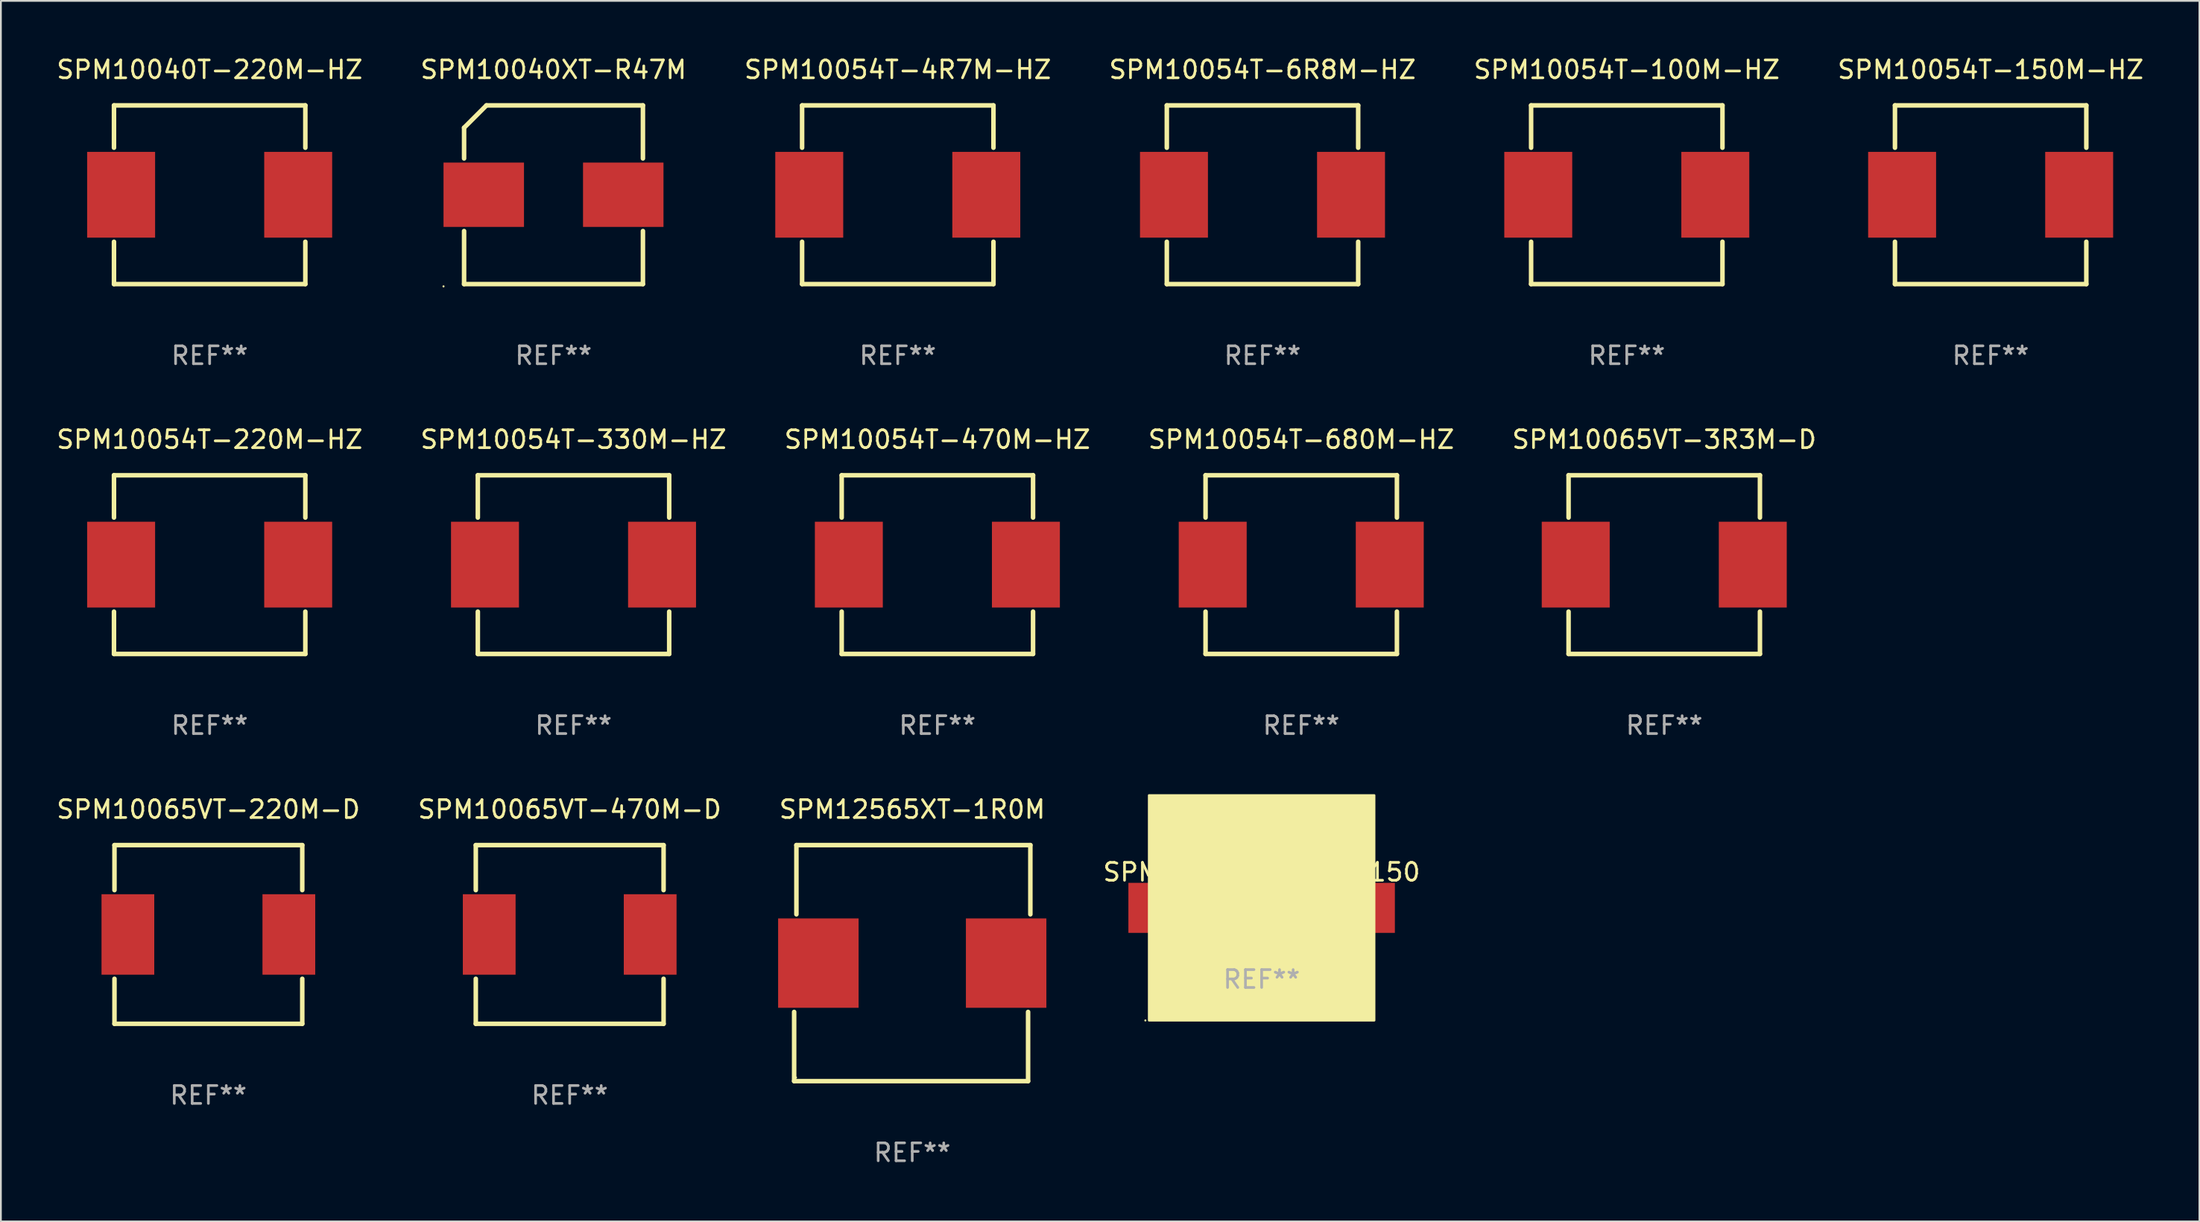
<source format=kicad_pcb>
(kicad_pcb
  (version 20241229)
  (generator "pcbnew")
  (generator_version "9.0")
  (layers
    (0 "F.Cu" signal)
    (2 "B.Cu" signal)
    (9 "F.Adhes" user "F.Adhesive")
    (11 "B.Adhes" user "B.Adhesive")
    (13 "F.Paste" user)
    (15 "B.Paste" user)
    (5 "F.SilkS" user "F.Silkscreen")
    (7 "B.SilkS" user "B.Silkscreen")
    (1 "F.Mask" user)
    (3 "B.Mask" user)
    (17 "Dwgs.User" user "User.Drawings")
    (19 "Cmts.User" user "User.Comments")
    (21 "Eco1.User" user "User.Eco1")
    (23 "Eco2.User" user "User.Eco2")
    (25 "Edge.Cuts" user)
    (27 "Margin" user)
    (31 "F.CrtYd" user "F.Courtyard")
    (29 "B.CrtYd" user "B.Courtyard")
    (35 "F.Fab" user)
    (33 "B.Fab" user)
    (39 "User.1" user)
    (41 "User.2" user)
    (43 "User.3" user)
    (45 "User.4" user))
  (footprint "SPM10054T-680M-HZ"
    (layer "F.Cu")
    (at 69.708 28.545)
    (property "Reference" "SPM10054T-680M-HZ" (at 0 -7 0) (layer "F.SilkS") (effects (font (size 1 1) (thickness 0.15))))
    (attr through_hole)
    (fp_line (start -5.35 -5) (end -5.35 -2.631) (stroke (width 0.254) (type solid)) (layer "F.SilkS"))
    (fp_line (start -5.35 -5) (end 5.35 -5) (stroke (width 0.254) (type solid)) (layer "F.SilkS"))
    (fp_line (start -5.35 2.631) (end -5.35 5) (stroke (width 0.254) (type solid)) (layer "F.SilkS"))
    (fp_line (start 5.35 -2.631) (end 5.35 -5) (stroke (width 0.254) (type solid)) (layer "F.SilkS"))
    (fp_line (start 5.35 5) (end -5.35 5) (stroke (width 0.254) (type solid)) (layer "F.SilkS"))
    (fp_line (start 5.35 5) (end 5.35 2.631) (stroke (width 0.254) (type solid)) (layer "F.SilkS"))
    (fp_circle (center -5.35 -5) (end -5.32 -5) (stroke (width 0.06) (type solid)) (fill no) (layer "F.SilkS"))
    (fp_text user "REF**" (at 0 9 0) (layer "F.Fab") (effects (font (size 1 1) (thickness 0.15))))
    (pad "1" smd rect (at -4.95 0) (size 3.8 4.8) (layers "F.Cu" "F.Mask" "F.Paste"))
    (pad "2" smd rect (at 4.95 0) (size 3.8 4.8) (layers "F.Cu" "F.Mask" "F.Paste")))
  (footprint "SPM10040XT-R47M"
    (layer "F.Cu")
    (at 27.899 7.848)
    (property "Reference" "SPM10040XT-R47M" (at 0 -7 0) (layer "F.SilkS") (effects (font (size 1 1) (thickness 0.15))))
    (attr through_hole)
    (fp_line (start -5 -3.75) (end -5 -2.031) (stroke (width 0.254) (type solid)) (layer "F.SilkS"))
    (fp_line (start -5 5) (end -5 2.031) (stroke (width 0.254) (type solid)) (layer "F.SilkS"))
    (fp_line (start -3.75 -5) (end -5 -3.75) (stroke (width 0.254) (type solid)) (layer "F.SilkS"))
    (fp_line (start 5 -5) (end -3.75 -5) (stroke (width 0.254) (type solid)) (layer "F.SilkS"))
    (fp_line (start 5 -5) (end 5 -2.031) (stroke (width 0.254) (type solid)) (layer "F.SilkS"))
    (fp_line (start 5 2.031) (end 5 5) (stroke (width 0.254) (type solid)) (layer "F.SilkS"))
    (fp_line (start 5 5) (end -5 5) (stroke (width 0.254) (type solid)) (layer "F.SilkS"))
    (fp_circle (center -6.15 5.127) (end -6.12 5.127) (stroke (width 0.06) (type solid)) (fill no) (layer "F.SilkS"))
    (fp_text user "REF**" (at 0 9 0) (layer "F.Fab") (effects (font (size 1 1) (thickness 0.15))))
    (pad "1" smd rect (at -3.9 0 90) (size 3.6 4.5) (layers "F.Cu" "F.Mask" "F.Paste"))
    (pad "2" smd rect (at 3.9 0 90) (size 3.6 4.5) (layers "F.Cu" "F.Mask" "F.Paste")))
  (footprint "SPM10040T-220M-HZ"
    (layer "F.Cu")
    (at 8.673 7.848)
    (property "Reference" "SPM10040T-220M-HZ" (at 0 -7 0) (layer "F.SilkS") (effects (font (size 1 1) (thickness 0.15))))
    (attr through_hole)
    (fp_line (start -5.35 -5) (end -5.35 -2.631) (stroke (width 0.254) (type solid)) (layer "F.SilkS"))
    (fp_line (start -5.35 -5) (end 5.35 -5) (stroke (width 0.254) (type solid)) (layer "F.SilkS"))
    (fp_line (start -5.35 2.631) (end -5.35 5) (stroke (width 0.254) (type solid)) (layer "F.SilkS"))
    (fp_line (start 5.35 -2.631) (end 5.35 -5) (stroke (width 0.254) (type solid)) (layer "F.SilkS"))
    (fp_line (start 5.35 5) (end -5.35 5) (stroke (width 0.254) (type solid)) (layer "F.SilkS"))
    (fp_line (start 5.35 5) (end 5.35 2.631) (stroke (width 0.254) (type solid)) (layer "F.SilkS"))
    (fp_circle (center -5.35 -5) (end -5.32 -5) (stroke (width 0.06) (type solid)) (fill no) (layer "F.SilkS"))
    (fp_text user "REF**" (at 0 9 0) (layer "F.Fab") (effects (font (size 1 1) (thickness 0.15))))
    (pad "1" smd rect (at -4.95 0) (size 3.8 4.8) (layers "F.Cu" "F.Mask" "F.Paste"))
    (pad "2" smd rect (at 4.95 0) (size 3.8 4.8) (layers "F.Cu" "F.Mask" "F.Paste")))
  (footprint "SPM10054T-100M-HZ"
    (layer "F.Cu")
    (at 87.911 7.848)
    (property "Reference" "SPM10054T-100M-HZ" (at 0 -7 0) (layer "F.SilkS") (effects (font (size 1 1) (thickness 0.15))))
    (attr through_hole)
    (fp_line (start -5.35 -5) (end -5.35 -2.631) (stroke (width 0.254) (type solid)) (layer "F.SilkS"))
    (fp_line (start -5.35 -5) (end 5.35 -5) (stroke (width 0.254) (type solid)) (layer "F.SilkS"))
    (fp_line (start -5.35 2.631) (end -5.35 5) (stroke (width 0.254) (type solid)) (layer "F.SilkS"))
    (fp_line (start 5.35 -2.631) (end 5.35 -5) (stroke (width 0.254) (type solid)) (layer "F.SilkS"))
    (fp_line (start 5.35 5) (end -5.35 5) (stroke (width 0.254) (type solid)) (layer "F.SilkS"))
    (fp_line (start 5.35 5) (end 5.35 2.631) (stroke (width 0.254) (type solid)) (layer "F.SilkS"))
    (fp_circle (center -5.35 -5) (end -5.32 -5) (stroke (width 0.06) (type solid)) (fill no) (layer "F.SilkS"))
    (fp_text user "REF**" (at 0 9 0) (layer "F.Fab") (effects (font (size 1 1) (thickness 0.15))))
    (pad "1" smd rect (at -4.95 0) (size 3.8 4.8) (layers "F.Cu" "F.Mask" "F.Paste"))
    (pad "2" smd rect (at 4.95 0) (size 3.8 4.8) (layers "F.Cu" "F.Mask" "F.Paste")))
  (footprint "SPM10065VT-3R3M-D"
    (layer "F.Cu")
    (at 90.006 28.545)
    (property "Reference" "SPM10065VT-3R3M-D" (at 0 -7 0) (layer "F.SilkS") (effects (font (size 1 1) (thickness 0.15))))
    (attr through_hole)
    (fp_line (start -5.35 -5) (end -5.35 -2.631) (stroke (width 0.254) (type solid)) (layer "F.SilkS"))
    (fp_line (start -5.35 -5) (end 5.35 -5) (stroke (width 0.254) (type solid)) (layer "F.SilkS"))
    (fp_line (start -5.35 2.631) (end -5.35 5) (stroke (width 0.254) (type solid)) (layer "F.SilkS"))
    (fp_line (start 5.35 -2.631) (end 5.35 -5) (stroke (width 0.254) (type solid)) (layer "F.SilkS"))
    (fp_line (start 5.35 5) (end -5.35 5) (stroke (width 0.254) (type solid)) (layer "F.SilkS"))
    (fp_line (start 5.35 5) (end 5.35 2.631) (stroke (width 0.254) (type solid)) (layer "F.SilkS"))
    (fp_circle (center -5.35 -5) (end -5.32 -5) (stroke (width 0.06) (type solid)) (fill no) (layer "F.SilkS"))
    (fp_text user "REF**" (at 0 9 0) (layer "F.Fab") (effects (font (size 1 1) (thickness 0.15))))
    (pad "1" smd rect (at -4.95 0) (size 3.8 4.8) (layers "F.Cu" "F.Mask" "F.Paste"))
    (pad "2" smd rect (at 4.95 0) (size 3.8 4.8) (layers "F.Cu" "F.Mask" "F.Paste")))
  (footprint "SPM10065VT-470M-D"
    (layer "F.Cu")
    (at 28.804 49.241)
    (property "Reference" "SPM10065VT-470M-D" (at 0 -7 0) (layer "F.SilkS") (effects (font (size 1 1) (thickness 0.15))))
    (attr through_hole)
    (fp_line (start -5.25 -5) (end 5.25 -5) (stroke (width 0.254) (type solid)) (layer "F.SilkS"))
    (fp_line (start -5.25 -2.481) (end -5.25 -5) (stroke (width 0.254) (type solid)) (layer "F.SilkS"))
    (fp_line (start -5.25 5) (end -5.25 2.481) (stroke (width 0.254) (type solid)) (layer "F.SilkS"))
    (fp_line (start -5.25 5) (end 5.25 5) (stroke (width 0.254) (type solid)) (layer "F.SilkS"))
    (fp_line (start 5.25 -5) (end 5.25 -2.481) (stroke (width 0.254) (type solid)) (layer "F.SilkS"))
    (fp_line (start 5.25 2.481) (end 5.25 5) (stroke (width 0.254) (type solid)) (layer "F.SilkS"))
    (fp_circle (center -5.25 5) (end -5.22 5) (stroke (width 0.06) (type solid)) (fill no) (layer "F.SilkS"))
    (fp_text user "REF**" (at 0 9 0) (layer "F.Fab") (effects (font (size 1 1) (thickness 0.15))))
    (pad "1" smd rect (at -4.5 0) (size 2.95 4.5) (layers "F.Cu" "F.Mask" "F.Paste"))
    (pad "2" smd rect (at 4.5 0) (size 2.95 4.5) (layers "F.Cu" "F.Mask" "F.Paste")))
  (footprint "SPM10054T-330M-HZ"
    (layer "F.Cu")
    (at 29.018 28.545)
    (property "Reference" "SPM10054T-330M-HZ" (at 0 -7 0) (layer "F.SilkS") (effects (font (size 1 1) (thickness 0.15))))
    (attr through_hole)
    (fp_line (start -5.35 -5) (end -5.35 -2.631) (stroke (width 0.254) (type solid)) (layer "F.SilkS"))
    (fp_line (start -5.35 -5) (end 5.35 -5) (stroke (width 0.254) (type solid)) (layer "F.SilkS"))
    (fp_line (start -5.35 2.631) (end -5.35 5) (stroke (width 0.254) (type solid)) (layer "F.SilkS"))
    (fp_line (start 5.35 -2.631) (end 5.35 -5) (stroke (width 0.254) (type solid)) (layer "F.SilkS"))
    (fp_line (start 5.35 5) (end -5.35 5) (stroke (width 0.254) (type solid)) (layer "F.SilkS"))
    (fp_line (start 5.35 5) (end 5.35 2.631) (stroke (width 0.254) (type solid)) (layer "F.SilkS"))
    (fp_circle (center -5.35 -5) (end -5.32 -5) (stroke (width 0.06) (type solid)) (fill no) (layer "F.SilkS"))
    (fp_text user "REF**" (at 0 9 0) (layer "F.Fab") (effects (font (size 1 1) (thickness 0.15))))
    (pad "1" smd rect (at -4.95 0) (size 3.8 4.8) (layers "F.Cu" "F.Mask" "F.Paste"))
    (pad "2" smd rect (at 4.95 0) (size 3.8 4.8) (layers "F.Cu" "F.Mask" "F.Paste")))
  (footprint "SPM10054T-4R7M-HZ"
    (layer "F.Cu")
    (at 47.149 7.848)
    (property "Reference" "SPM10054T-4R7M-HZ" (at 0 -7 0) (layer "F.SilkS") (effects (font (size 1 1) (thickness 0.15))))
    (attr through_hole)
    (fp_line (start -5.35 -5) (end -5.35 -2.631) (stroke (width 0.254) (type solid)) (layer "F.SilkS"))
    (fp_line (start -5.35 -5) (end 5.35 -5) (stroke (width 0.254) (type solid)) (layer "F.SilkS"))
    (fp_line (start -5.35 2.631) (end -5.35 5) (stroke (width 0.254) (type solid)) (layer "F.SilkS"))
    (fp_line (start 5.35 -2.631) (end 5.35 -5) (stroke (width 0.254) (type solid)) (layer "F.SilkS"))
    (fp_line (start 5.35 5) (end -5.35 5) (stroke (width 0.254) (type solid)) (layer "F.SilkS"))
    (fp_line (start 5.35 5) (end 5.35 2.631) (stroke (width 0.254) (type solid)) (layer "F.SilkS"))
    (fp_circle (center -5.35 -5) (end -5.32 -5) (stroke (width 0.06) (type solid)) (fill no) (layer "F.SilkS"))
    (fp_text user "REF**" (at 0 9 0) (layer "F.Fab") (effects (font (size 1 1) (thickness 0.15))))
    (pad "1" smd rect (at -4.95 0) (size 3.8 4.8) (layers "F.Cu" "F.Mask" "F.Paste"))
    (pad "2" smd rect (at 4.95 0) (size 3.8 4.8) (layers "F.Cu" "F.Mask" "F.Paste")))
  (footprint "SPM12565XT-2R8M150"
    (layer "F.Cu")
    (at 67.494 47.753)
    (property "Reference" "SPM12565XT-2R8M150" (at 0 -2 0) (layer "F.SilkS") (effects (font (size 1 1) (thickness 0.15))))
    (attr through_hole)
    (fp_circle (center -6.5 6.3) (end -6.47 6.3) (stroke (width 0.06) (type solid)) (fill no) (layer "F.SilkS"))
    (fp_poly (pts (xy -6.3 -6.3) (xy 6.3 -6.3) (xy 6.3 6.3) (xy -6.3 6.3)) (stroke (width 0.12) (type solid)) (fill yes) (layer "F.SilkS"))
    (fp_text user "REF**" (at 0 4 0) (layer "F.Fab") (effects (font (size 1 1) (thickness 0.15))))
    (pad "1" smd rect (at -4.85 0 90) (size 2.8 5.2) (layers "F.Cu" "F.Mask" "F.Paste"))
    (pad "2" smd rect (at 4.85 0 90) (size 2.8 5.2) (layers "F.Cu" "F.Mask" "F.Paste")))
  (footprint "SPM12565XT-1R0M"
    (layer "F.Cu")
    (at 47.958 50.845)
    (property "Reference" "SPM12565XT-1R0M" (at 0 -8.604 0) (layer "F.SilkS") (effects (font (size 1 1) (thickness 0.15))))
    (attr through_hole)
    (fp_line (start -6.604 2.731) (end -6.604 6.604) (stroke (width 0.254) (type solid)) (layer "F.SilkS"))
    (fp_line (start -6.604 6.604) (end 6.477 6.604) (stroke (width 0.254) (type solid)) (layer "F.SilkS"))
    (fp_line (start -6.477 -6.604) (end -6.477 -2.731) (stroke (width 0.254) (type solid)) (layer "F.SilkS"))
    (fp_line (start 6.477 6.604) (end 6.477 2.731) (stroke (width 0.254) (type solid)) (layer "F.SilkS"))
    (fp_line (start 6.604 -6.604) (end -6.477 -6.604) (stroke (width 0.254) (type solid)) (layer "F.SilkS"))
    (fp_line (start 6.604 -2.731) (end 6.604 -6.604) (stroke (width 0.254) (type solid)) (layer "F.SilkS"))
    (fp_circle (center -6.5 6.4) (end -6.47 6.4) (stroke (width 0.06) (type solid)) (fill no) (layer "F.SilkS"))
    (fp_text user "REF**" (at 0 10.604 0) (layer "F.Fab") (effects (font (size 1 1) (thickness 0.15))))
    (pad "1" smd rect (at -5.25 0 180) (size 4.5 5) (layers "F.Cu" "F.Mask" "F.Paste"))
    (pad "2" smd rect (at 5.25 0 180) (size 4.5 5) (layers "F.Cu" "F.Mask" "F.Paste")))
  (footprint "SPM10054T-220M-HZ"
    (layer "F.Cu")
    (at 8.673 28.545)
    (property "Reference" "SPM10054T-220M-HZ" (at 0 -7 0) (layer "F.SilkS") (effects (font (size 1 1) (thickness 0.15))))
    (attr through_hole)
    (fp_line (start -5.35 -5) (end -5.35 -2.631) (stroke (width 0.254) (type solid)) (layer "F.SilkS"))
    (fp_line (start -5.35 -5) (end 5.35 -5) (stroke (width 0.254) (type solid)) (layer "F.SilkS"))
    (fp_line (start -5.35 2.631) (end -5.35 5) (stroke (width 0.254) (type solid)) (layer "F.SilkS"))
    (fp_line (start 5.35 -2.631) (end 5.35 -5) (stroke (width 0.254) (type solid)) (layer "F.SilkS"))
    (fp_line (start 5.35 5) (end -5.35 5) (stroke (width 0.254) (type solid)) (layer "F.SilkS"))
    (fp_line (start 5.35 5) (end 5.35 2.631) (stroke (width 0.254) (type solid)) (layer "F.SilkS"))
    (fp_circle (center -5.35 -5) (end -5.32 -5) (stroke (width 0.06) (type solid)) (fill no) (layer "F.SilkS"))
    (fp_text user "REF**" (at 0 9 0) (layer "F.Fab") (effects (font (size 1 1) (thickness 0.15))))
    (pad "1" smd rect (at -4.95 0) (size 3.8 4.8) (layers "F.Cu" "F.Mask" "F.Paste"))
    (pad "2" smd rect (at 4.95 0) (size 3.8 4.8) (layers "F.Cu" "F.Mask" "F.Paste")))
  (footprint "SPM10054T-470M-HZ"
    (layer "F.Cu")
    (at 49.363 28.545)
    (property "Reference" "SPM10054T-470M-HZ" (at 0 -7 0) (layer "F.SilkS") (effects (font (size 1 1) (thickness 0.15))))
    (attr through_hole)
    (fp_line (start -5.35 -5) (end -5.35 -2.631) (stroke (width 0.254) (type solid)) (layer "F.SilkS"))
    (fp_line (start -5.35 -5) (end 5.35 -5) (stroke (width 0.254) (type solid)) (layer "F.SilkS"))
    (fp_line (start -5.35 2.631) (end -5.35 5) (stroke (width 0.254) (type solid)) (layer "F.SilkS"))
    (fp_line (start 5.35 -2.631) (end 5.35 -5) (stroke (width 0.254) (type solid)) (layer "F.SilkS"))
    (fp_line (start 5.35 5) (end -5.35 5) (stroke (width 0.254) (type solid)) (layer "F.SilkS"))
    (fp_line (start 5.35 5) (end 5.35 2.631) (stroke (width 0.254) (type solid)) (layer "F.SilkS"))
    (fp_circle (center -5.35 -5) (end -5.32 -5) (stroke (width 0.06) (type solid)) (fill no) (layer "F.SilkS"))
    (fp_text user "REF**" (at 0 9 0) (layer "F.Fab") (effects (font (size 1 1) (thickness 0.15))))
    (pad "1" smd rect (at -4.95 0) (size 3.8 4.8) (layers "F.Cu" "F.Mask" "F.Paste"))
    (pad "2" smd rect (at 4.95 0) (size 3.8 4.8) (layers "F.Cu" "F.Mask" "F.Paste")))
  (footprint "SPM10054T-6R8M-HZ"
    (layer "F.Cu")
    (at 67.542 7.848)
    (property "Reference" "SPM10054T-6R8M-HZ" (at 0 -7 0) (layer "F.SilkS") (effects (font (size 1 1) (thickness 0.15))))
    (attr through_hole)
    (fp_line (start -5.35 -5) (end -5.35 -2.631) (stroke (width 0.254) (type solid)) (layer "F.SilkS"))
    (fp_line (start -5.35 -5) (end 5.35 -5) (stroke (width 0.254) (type solid)) (layer "F.SilkS"))
    (fp_line (start -5.35 2.631) (end -5.35 5) (stroke (width 0.254) (type solid)) (layer "F.SilkS"))
    (fp_line (start 5.35 -2.631) (end 5.35 -5) (stroke (width 0.254) (type solid)) (layer "F.SilkS"))
    (fp_line (start 5.35 5) (end -5.35 5) (stroke (width 0.254) (type solid)) (layer "F.SilkS"))
    (fp_line (start 5.35 5) (end 5.35 2.631) (stroke (width 0.254) (type solid)) (layer "F.SilkS"))
    (fp_circle (center -5.35 -5) (end -5.32 -5) (stroke (width 0.06) (type solid)) (fill no) (layer "F.SilkS"))
    (fp_text user "REF**" (at 0 9 0) (layer "F.Fab") (effects (font (size 1 1) (thickness 0.15))))
    (pad "1" smd rect (at -4.95 0) (size 3.8 4.8) (layers "F.Cu" "F.Mask" "F.Paste"))
    (pad "2" smd rect (at 4.95 0) (size 3.8 4.8) (layers "F.Cu" "F.Mask" "F.Paste")))
  (footprint "SPM10054T-150M-HZ"
    (layer "F.Cu")
    (at 108.256 7.848)
    (property "Reference" "SPM10054T-150M-HZ" (at 0 -7 0) (layer "F.SilkS") (effects (font (size 1 1) (thickness 0.15))))
    (attr through_hole)
    (fp_line (start -5.35 -5) (end -5.35 -2.631) (stroke (width 0.254) (type solid)) (layer "F.SilkS"))
    (fp_line (start -5.35 -5) (end 5.35 -5) (stroke (width 0.254) (type solid)) (layer "F.SilkS"))
    (fp_line (start -5.35 2.631) (end -5.35 5) (stroke (width 0.254) (type solid)) (layer "F.SilkS"))
    (fp_line (start 5.35 -2.631) (end 5.35 -5) (stroke (width 0.254) (type solid)) (layer "F.SilkS"))
    (fp_line (start 5.35 5) (end -5.35 5) (stroke (width 0.254) (type solid)) (layer "F.SilkS"))
    (fp_line (start 5.35 5) (end 5.35 2.631) (stroke (width 0.254) (type solid)) (layer "F.SilkS"))
    (fp_circle (center -5.35 -5) (end -5.32 -5) (stroke (width 0.06) (type solid)) (fill no) (layer "F.SilkS"))
    (fp_text user "REF**" (at 0 9 0) (layer "F.Fab") (effects (font (size 1 1) (thickness 0.15))))
    (pad "1" smd rect (at -4.95 0) (size 3.8 4.8) (layers "F.Cu" "F.Mask" "F.Paste"))
    (pad "2" smd rect (at 4.95 0) (size 3.8 4.8) (layers "F.Cu" "F.Mask" "F.Paste")))
  (footprint "SPM10065VT-220M-D"
    (layer "F.Cu")
    (at 8.601 49.241)
    (property "Reference" "SPM10065VT-220M-D" (at 0 -7 0) (layer "F.SilkS") (effects (font (size 1 1) (thickness 0.15))))
    (attr through_hole)
    (fp_line (start -5.25 -5) (end 5.25 -5) (stroke (width 0.254) (type solid)) (layer "F.SilkS"))
    (fp_line (start -5.25 -2.481) (end -5.25 -5) (stroke (width 0.254) (type solid)) (layer "F.SilkS"))
    (fp_line (start -5.25 5) (end -5.25 2.481) (stroke (width 0.254) (type solid)) (layer "F.SilkS"))
    (fp_line (start -5.25 5) (end 5.25 5) (stroke (width 0.254) (type solid)) (layer "F.SilkS"))
    (fp_line (start 5.25 -5) (end 5.25 -2.481) (stroke (width 0.254) (type solid)) (layer "F.SilkS"))
    (fp_line (start 5.25 2.481) (end 5.25 5) (stroke (width 0.254) (type solid)) (layer "F.SilkS"))
    (fp_circle (center -5.25 5) (end -5.22 5) (stroke (width 0.06) (type solid)) (fill no) (layer "F.SilkS"))
    (fp_text user "REF**" (at 0 9 0) (layer "F.Fab") (effects (font (size 1 1) (thickness 0.15))))
    (pad "1" smd rect (at -4.5 0) (size 2.95 4.5) (layers "F.Cu" "F.Mask" "F.Paste"))
    (pad "2" smd rect (at 4.5 0) (size 2.95 4.5) (layers "F.Cu" "F.Mask" "F.Paste")))
  (gr_rect
    (start -3 -3)
    (end 119.929 65.298)
    (stroke (width 0.1) (type default))
    (fill no)
    (layer "Edge.Cuts")))
</source>
